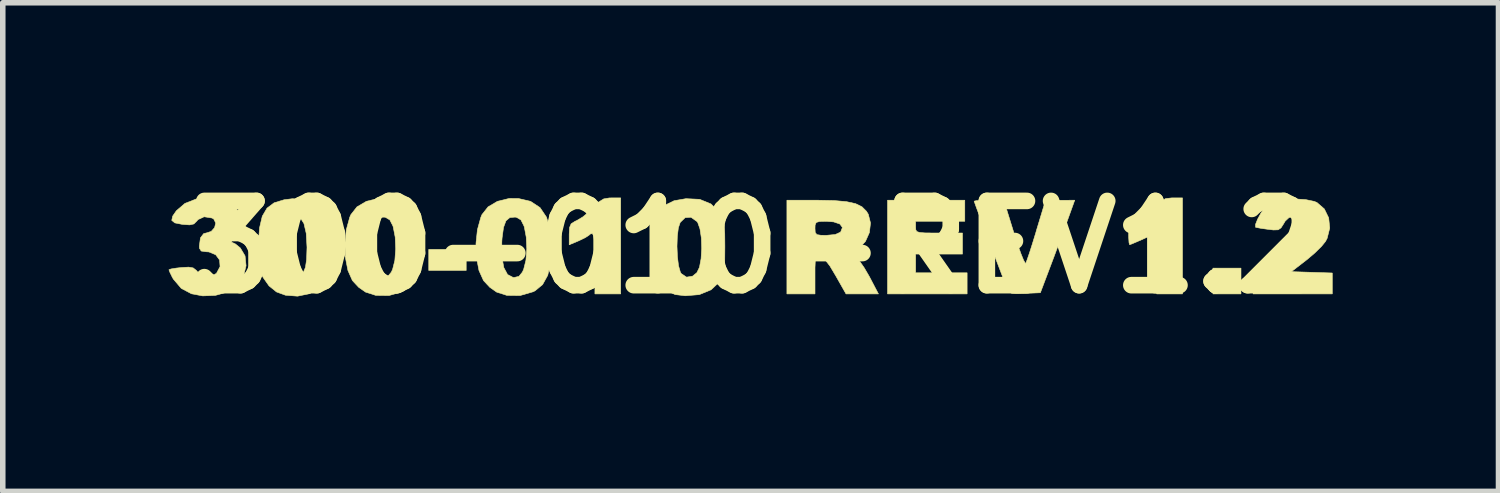
<source format=kicad_pcb>
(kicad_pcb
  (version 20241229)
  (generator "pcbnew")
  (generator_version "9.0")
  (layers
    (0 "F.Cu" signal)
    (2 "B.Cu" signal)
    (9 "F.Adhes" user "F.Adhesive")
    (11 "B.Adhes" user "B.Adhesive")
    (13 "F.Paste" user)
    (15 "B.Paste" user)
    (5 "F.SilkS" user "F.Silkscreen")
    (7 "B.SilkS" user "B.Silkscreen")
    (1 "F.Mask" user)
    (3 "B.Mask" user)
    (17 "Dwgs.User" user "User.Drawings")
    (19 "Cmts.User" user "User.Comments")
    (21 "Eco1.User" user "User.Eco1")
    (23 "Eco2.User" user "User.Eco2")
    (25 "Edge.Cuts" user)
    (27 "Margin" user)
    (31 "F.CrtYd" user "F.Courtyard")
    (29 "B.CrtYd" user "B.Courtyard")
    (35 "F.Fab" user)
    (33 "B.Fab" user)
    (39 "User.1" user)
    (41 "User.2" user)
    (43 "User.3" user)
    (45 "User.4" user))
  (footprint "300-010-REV1.2"
    (layer "F.Cu")
    (at 10.588 1.418)
    (property "Reference" "300-010-REV1.2" (at 0 0 0) (layer "F.SilkS") (effects (font (size 1.524 1.524) (thickness 0.3))))
    (attr through_hole)
    (fp_poly (pts (xy -5.207 0.423) (xy -5.884 0.423) (xy -5.884 0.042) (xy -5.207 0.042) (xy -5.207 0.423)) (stroke (width 0.01) (type solid)) (fill yes) (layer "F.SilkS"))
    (fp_poly (pts (xy 8.805 0.847) (xy 8.297 0.847) (xy 8.297 0.381) (xy 8.805 0.381) (xy 8.805 0.847)) (stroke (width 0.01) (type solid)) (fill yes) (layer "F.SilkS"))
    (fp_poly (pts (xy 3.81 -0.466) (xy 2.921 -0.466) (xy 2.921 -0.36) (xy 2.924 -0.312) (xy 2.942 -0.281) (xy 2.991 -0.264) (xy 3.086 -0.256) (xy 3.243 -0.254) (xy 3.344 -0.254) (xy 3.768 -0.254) (xy 3.768 0.127) (xy 2.921 0.127) (xy 2.921 0.466) (xy 3.852 0.466) (xy 3.852 0.847) (xy 2.413 0.847) (xy 2.413 -0.847) (xy 3.81 -0.847) (xy 3.81 -0.466)) (stroke (width 0.01) (type solid)) (fill yes) (layer "F.SilkS"))
    (fp_poly (pts (xy -2.413 0.847) (xy -2.879 0.847) (xy -2.879 0.296) (xy -2.881 0.058) (xy -2.887 -0.106) (xy -2.902 -0.203) (xy -2.925 -0.244) (xy -2.959 -0.238) (xy -2.987 -0.214) (xy -3.049 -0.173) (xy -3.155 -0.121) (xy -3.186 -0.107) (xy -3.344 -0.041) (xy -3.344 -0.232) (xy -3.338 -0.353) (xy -3.309 -0.421) (xy -3.24 -0.465) (xy -3.207 -0.48) (xy -3.098 -0.545) (xy -2.974 -0.648) (xy -2.911 -0.713) (xy -2.806 -0.818) (xy -2.72 -0.871) (xy -2.619 -0.888) (xy -2.582 -0.889) (xy -2.413 -0.889) (xy -2.413 0.847)) (stroke (width 0.01) (type solid)) (fill yes) (layer "F.SilkS"))
    (fp_poly (pts (xy 7.747 0.847) (xy 7.281 0.847) (xy 7.281 0.293) (xy 7.279 0.089) (xy 7.273 -0.078) (xy 7.264 -0.195) (xy 7.252 -0.245) (xy 7.25 -0.245) (xy 7.162 -0.203) (xy 7.046 -0.15) (xy 6.928 -0.098) (xy 6.834 -0.058) (xy 6.791 -0.042) (xy 6.791 -0.042) (xy 6.78 -0.08) (xy 6.774 -0.175) (xy 6.773 -0.226) (xy 6.779 -0.343) (xy 6.811 -0.411) (xy 6.892 -0.463) (xy 6.946 -0.488) (xy 7.083 -0.571) (xy 7.218 -0.686) (xy 7.257 -0.728) (xy 7.354 -0.828) (xy 7.441 -0.876) (xy 7.553 -0.889) (xy 7.571 -0.889) (xy 7.747 -0.889) (xy 7.747 0.847)) (stroke (width 0.01) (type solid)) (fill yes) (layer "F.SilkS"))
    (fp_poly (pts (xy 4.699 -0.253) (xy 4.765 -0.049) (xy 4.825 0.119) (xy 4.873 0.237) (xy 4.905 0.292) (xy 4.913 0.293) (xy 4.935 0.236) (xy 4.977 0.115) (xy 5.031 -0.054) (xy 5.093 -0.255) (xy 5.106 -0.301) (xy 5.271 -0.846) (xy 5.534 -0.846) (xy 5.798 -0.847) (xy 5.672 -0.497) (xy 5.603 -0.309) (xy 5.516 -0.076) (xy 5.425 0.17) (xy 5.361 0.339) (xy 5.177 0.826) (xy 4.895 0.838) (xy 4.743 0.842) (xy 4.654 0.834) (xy 4.607 0.809) (xy 4.579 0.759) (xy 4.577 0.753) (xy 4.425 0.356) (xy 4.292 0.007) (xy 4.18 -0.289) (xy 4.091 -0.526) (xy 4.026 -0.698) (xy 3.989 -0.801) (xy 3.979 -0.83) (xy 4.018 -0.839) (xy 4.119 -0.845) (xy 4.247 -0.847) (xy 4.515 -0.847) (xy 4.699 -0.253)) (stroke (width 0.01) (type solid)) (fill yes) (layer "F.SilkS"))
    (fp_poly (pts (xy 9.975 -0.858) (xy 10.129 -0.826) (xy 10.178 -0.806) (xy 10.312 -0.69) (xy 10.391 -0.528) (xy 10.41 -0.344) (xy 10.363 -0.158) (xy 10.333 -0.101) (xy 10.26 -0.011) (xy 10.142 0.105) (xy 10.002 0.224) (xy 9.984 0.238) (xy 9.716 0.445) (xy 10.086 0.457) (xy 10.456 0.469) (xy 10.456 0.847) (xy 9.023 0.847) (xy 9.061 0.713) (xy 9.134 0.541) (xy 9.256 0.37) (xy 9.439 0.189) (xy 9.6 0.056) (xy 9.787 -0.104) (xy 9.9 -0.236) (xy 9.946 -0.348) (xy 9.927 -0.446) (xy 9.919 -0.462) (xy 9.847 -0.518) (xy 9.764 -0.543) (xy 9.674 -0.534) (xy 9.605 -0.47) (xy 9.578 -0.424) (xy 9.529 -0.347) (xy 9.477 -0.312) (xy 9.392 -0.309) (xy 9.292 -0.321) (xy 9.169 -0.338) (xy 9.087 -0.354) (xy 9.068 -0.359) (xy 9.068 -0.41) (xy 9.105 -0.503) (xy 9.165 -0.613) (xy 9.234 -0.716) (xy 9.299 -0.786) (xy 9.306 -0.791) (xy 9.423 -0.836) (xy 9.593 -0.862) (xy 9.786 -0.87) (xy 9.975 -0.858)) (stroke (width 0.01) (type solid)) (fill yes) (layer "F.SilkS"))
    (fp_poly (pts (xy -6.413 -0.826) (xy -6.243 -0.714) (xy -6.125 -0.539) (xy -6.056 -0.299) (xy -6.035 -0.022) (xy -6.051 0.279) (xy -6.103 0.51) (xy -6.195 0.678) (xy -6.33 0.79) (xy -6.366 0.808) (xy -6.604 0.877) (xy -6.841 0.874) (xy -7.026 0.815) (xy -7.152 0.727) (xy -7.26 0.611) (xy -7.267 0.601) (xy -7.346 0.423) (xy -7.391 0.193) (xy -7.401 -0.061) (xy -7.398 -0.093) (xy -6.933 -0.093) (xy -6.933 0.173) (xy -6.898 0.37) (xy -6.83 0.497) (xy -6.73 0.549) (xy -6.71 0.55) (xy -6.624 0.53) (xy -6.562 0.455) (xy -6.538 0.404) (xy -6.497 0.241) (xy -6.482 0.035) (xy -6.491 -0.179) (xy -6.527 -0.364) (xy -6.532 -0.381) (xy -6.588 -0.491) (xy -6.666 -0.537) (xy -6.692 -0.542) (xy -6.79 -0.533) (xy -6.858 -0.474) (xy -6.903 -0.355) (xy -6.929 -0.165) (xy -6.933 -0.093) (xy -7.398 -0.093) (xy -7.375 -0.314) (xy -7.313 -0.539) (xy -7.292 -0.587) (xy -7.182 -0.727) (xy -7.012 -0.827) (xy -6.804 -0.878) (xy -6.637 -0.879) (xy -6.413 -0.826)) (stroke (width 0.01) (type solid)) (fill yes) (layer "F.SilkS"))
    (fp_poly (pts (xy -4.042 -0.826) (xy -3.872 -0.714) (xy -3.754 -0.539) (xy -3.685 -0.299) (xy -3.664 -0.022) (xy -3.68 0.279) (xy -3.732 0.51) (xy -3.825 0.678) (xy -3.96 0.79) (xy -3.995 0.808) (xy -4.233 0.877) (xy -4.471 0.874) (xy -4.656 0.815) (xy -4.781 0.727) (xy -4.889 0.611) (xy -4.896 0.601) (xy -4.976 0.423) (xy -5.02 0.193) (xy -5.03 -0.061) (xy -5.027 -0.093) (xy -4.563 -0.093) (xy -4.562 0.173) (xy -4.527 0.37) (xy -4.459 0.497) (xy -4.359 0.549) (xy -4.339 0.55) (xy -4.253 0.53) (xy -4.192 0.455) (xy -4.168 0.404) (xy -4.127 0.241) (xy -4.111 0.035) (xy -4.121 -0.179) (xy -4.156 -0.364) (xy -4.162 -0.381) (xy -4.217 -0.491) (xy -4.296 -0.537) (xy -4.322 -0.542) (xy -4.419 -0.533) (xy -4.488 -0.474) (xy -4.532 -0.355) (xy -4.558 -0.165) (xy -4.563 -0.093) (xy -5.027 -0.093) (xy -5.004 -0.314) (xy -4.942 -0.539) (xy -4.922 -0.587) (xy -4.811 -0.727) (xy -4.642 -0.827) (xy -4.433 -0.878) (xy -4.266 -0.879) (xy -4.042 -0.826)) (stroke (width 0.01) (type solid)) (fill yes) (layer "F.SilkS"))
    (fp_poly (pts (xy 1.154 -0.847) (xy 1.448 -0.841) (xy 1.671 -0.821) (xy 1.835 -0.785) (xy 1.951 -0.728) (xy 2.032 -0.647) (xy 2.065 -0.593) (xy 2.105 -0.435) (xy 2.085 -0.263) (xy 2.014 -0.103) (xy 1.903 0.019) (xy 1.812 0.066) (xy 1.763 0.088) (xy 1.774 0.12) (xy 1.834 0.171) (xy 1.902 0.247) (xy 1.99 0.373) (xy 2.079 0.525) (xy 2.092 0.549) (xy 2.248 0.847) (xy 1.662 0.847) (xy 1.476 0.519) (xy 1.369 0.34) (xy 1.284 0.231) (xy 1.214 0.182) (xy 1.196 0.177) (xy 1.149 0.175) (xy 1.121 0.195) (xy 1.106 0.255) (xy 1.101 0.371) (xy 1.101 0.505) (xy 1.101 0.847) (xy 0.593 0.847) (xy 0.593 -0.339) (xy 1.101 -0.339) (xy 1.105 -0.263) (xy 1.135 -0.225) (xy 1.21 -0.213) (xy 1.307 -0.212) (xy 1.467 -0.227) (xy 1.561 -0.269) (xy 1.566 -0.275) (xy 1.597 -0.354) (xy 1.552 -0.416) (xy 1.439 -0.455) (xy 1.307 -0.466) (xy 1.184 -0.463) (xy 1.123 -0.445) (xy 1.103 -0.398) (xy 1.101 -0.339) (xy 0.593 -0.339) (xy 0.593 -0.847) (xy 1.154 -0.847)) (stroke (width 0.01) (type solid)) (fill yes) (layer "F.SilkS"))
    (fp_poly (pts (xy -8.105 -0.865) (xy -7.911 -0.79) (xy -7.762 -0.647) (xy -7.727 -0.593) (xy -7.677 -0.452) (xy -7.645 -0.255) (xy -7.633 -0.028) (xy -7.64 0.201) (xy -7.667 0.408) (xy -7.713 0.565) (xy -7.727 0.593) (xy -7.861 0.744) (xy -8.044 0.844) (xy -8.256 0.888) (xy -8.475 0.871) (xy -8.637 0.812) (xy -8.773 0.702) (xy -8.882 0.547) (xy -8.928 0.45) (xy -8.955 0.357) (xy -8.969 0.243) (xy -8.97 0.086) (xy -8.967 -0.024) (xy -8.509 -0.024) (xy -8.499 0.225) (xy -8.467 0.398) (xy -8.411 0.504) (xy -8.328 0.548) (xy -8.297 0.55) (xy -8.215 0.518) (xy -8.152 0.456) (xy -8.114 0.367) (xy -8.093 0.224) (xy -8.086 0.012) (xy -8.086 0) (xy -8.1 -0.248) (xy -8.141 -0.425) (xy -8.206 -0.528) (xy -8.295 -0.556) (xy -8.404 -0.503) (xy -8.432 -0.48) (xy -8.47 -0.432) (xy -8.493 -0.358) (xy -8.505 -0.239) (xy -8.509 -0.058) (xy -8.509 -0.024) (xy -8.967 -0.024) (xy -8.966 -0.067) (xy -8.944 -0.348) (xy -8.895 -0.557) (xy -8.809 -0.704) (xy -8.681 -0.8) (xy -8.501 -0.855) (xy -8.352 -0.874) (xy -8.105 -0.865)) (stroke (width 0.01) (type solid)) (fill yes) (layer "F.SilkS"))
    (fp_poly (pts (xy -0.984 -0.863) (xy -0.781 -0.78) (xy -0.62 -0.626) (xy -0.617 -0.621) (xy -0.579 -0.56) (xy -0.553 -0.487) (xy -0.538 -0.386) (xy -0.531 -0.237) (xy -0.529 -0.023) (xy -0.529 0) (xy -0.531 0.221) (xy -0.537 0.374) (xy -0.552 0.48) (xy -0.576 0.554) (xy -0.613 0.616) (xy -0.617 0.621) (xy -0.779 0.773) (xy -0.991 0.86) (xy -1.246 0.881) (xy -1.428 0.859) (xy -1.581 0.789) (xy -1.704 0.647) (xy -1.794 0.446) (xy -1.846 0.195) (xy -1.853 -0.012) (xy -1.395 -0.012) (xy -1.387 0.174) (xy -1.367 0.338) (xy -1.334 0.453) (xy -1.318 0.48) (xy -1.222 0.544) (xy -1.114 0.527) (xy -1.035 0.463) (xy -0.988 0.365) (xy -0.959 0.21) (xy -0.948 0.026) (xy -0.954 -0.163) (xy -0.979 -0.328) (xy -1.02 -0.444) (xy -1.035 -0.463) (xy -1.142 -0.539) (xy -1.247 -0.532) (xy -1.337 -0.445) (xy -1.37 -0.347) (xy -1.389 -0.194) (xy -1.395 -0.012) (xy -1.853 -0.012) (xy -1.856 -0.095) (xy -1.854 -0.142) (xy -1.817 -0.413) (xy -1.741 -0.614) (xy -1.62 -0.753) (xy -1.447 -0.838) (xy -1.233 -0.875) (xy -0.984 -0.863)) (stroke (width 0.01) (type solid)) (fill yes) (layer "F.SilkS"))
    (fp_poly (pts (xy -9.682 -0.863) (xy -9.492 -0.794) (xy -9.357 -0.689) (xy -9.284 -0.559) (xy -9.279 -0.411) (xy -9.35 -0.254) (xy -9.381 -0.215) (xy -9.438 -0.135) (xy -9.451 -0.089) (xy -9.442 -0.085) (xy -9.382 -0.057) (xy -9.299 0.01) (xy -9.29 0.019) (xy -9.206 0.16) (xy -9.188 0.338) (xy -9.237 0.535) (xy -9.254 0.574) (xy -9.364 0.714) (xy -9.534 0.816) (xy -9.743 0.874) (xy -9.973 0.883) (xy -10.175 0.845) (xy -10.36 0.747) (xy -10.503 0.579) (xy -10.524 0.542) (xy -10.566 0.456) (xy -10.583 0.41) (xy -10.545 0.396) (xy -10.447 0.38) (xy -10.363 0.371) (xy -10.227 0.363) (xy -10.145 0.377) (xy -10.087 0.422) (xy -10.064 0.45) (xy -9.955 0.533) (xy -9.834 0.542) (xy -9.724 0.475) (xy -9.722 0.473) (xy -9.658 0.353) (xy -9.667 0.234) (xy -9.737 0.139) (xy -9.86 0.088) (xy -9.909 0.085) (xy -9.999 0.072) (xy -10.031 0.022) (xy -10.033 -0.018) (xy -10.013 -0.166) (xy -9.955 -0.243) (xy -9.91 -0.254) (xy -9.818 -0.283) (xy -9.757 -0.352) (xy -9.737 -0.435) (xy -9.771 -0.505) (xy -9.804 -0.525) (xy -9.947 -0.548) (xy -10.056 -0.497) (xy -10.081 -0.468) (xy -10.132 -0.418) (xy -10.208 -0.401) (xy -10.337 -0.41) (xy -10.34 -0.41) (xy -10.476 -0.437) (xy -10.532 -0.483) (xy -10.515 -0.56) (xy -10.449 -0.656) (xy -10.294 -0.789) (xy -10.09 -0.869) (xy -9.918 -0.889) (xy -9.682 -0.863)) (stroke (width 0.01) (type solid)) (fill yes) (layer "F.SilkS")))
  (gr_rect
    (start -3 -3)
    (end 24.05 5.836)
    (stroke (width 0.1) (type default))
    (fill no)
    (layer "Edge.Cuts")))
</source>
